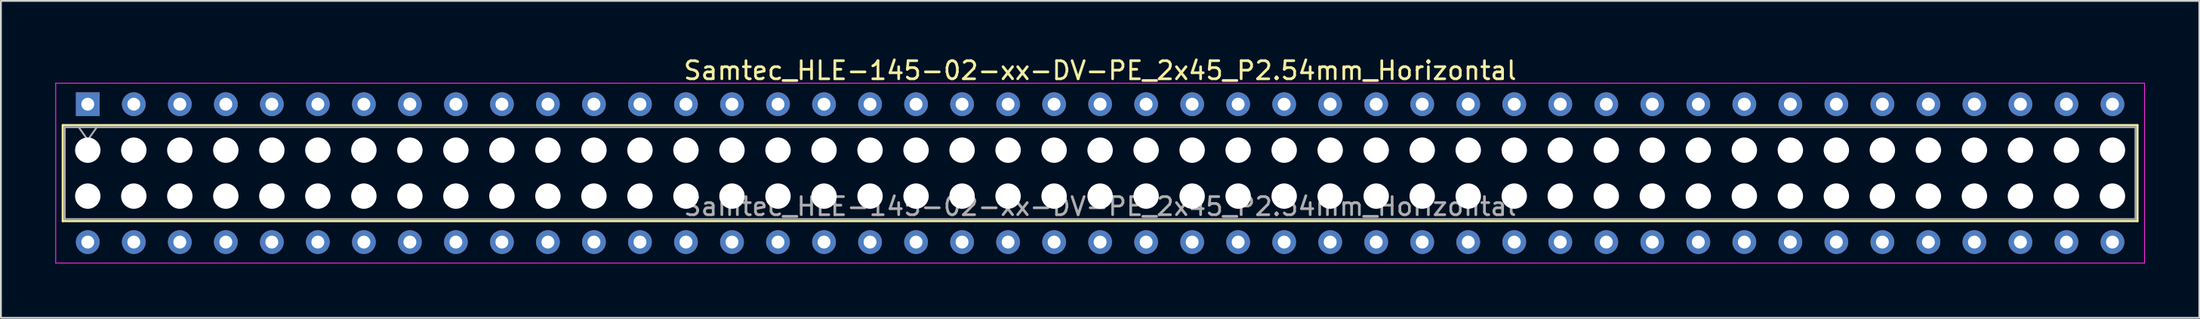
<source format=kicad_pcb>
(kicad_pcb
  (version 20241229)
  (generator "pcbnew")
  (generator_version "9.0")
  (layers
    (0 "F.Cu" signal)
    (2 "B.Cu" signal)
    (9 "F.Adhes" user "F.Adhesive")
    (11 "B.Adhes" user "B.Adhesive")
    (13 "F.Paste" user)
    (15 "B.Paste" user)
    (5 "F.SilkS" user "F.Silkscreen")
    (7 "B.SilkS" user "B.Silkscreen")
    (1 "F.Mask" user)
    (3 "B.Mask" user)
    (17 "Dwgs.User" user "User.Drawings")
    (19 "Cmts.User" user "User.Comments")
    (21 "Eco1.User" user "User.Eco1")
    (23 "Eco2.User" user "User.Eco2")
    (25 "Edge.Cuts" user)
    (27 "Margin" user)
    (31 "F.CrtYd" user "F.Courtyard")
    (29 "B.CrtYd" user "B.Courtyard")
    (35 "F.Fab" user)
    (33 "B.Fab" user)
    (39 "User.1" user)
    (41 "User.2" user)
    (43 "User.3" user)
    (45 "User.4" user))
  (footprint "Samtec_HLE-145-02-xx-DV-PE_2x45_P2.54mm_Horizontal"
    (layer "F.Cu")
    (at 1.795 2.708)
    (property "Reference" "Samtec_HLE-145-02-xx-DV-PE_2x45_P2.54mm_Horizontal" (at 55.88 -1.86 0) (layer "F.SilkS") (effects (font (size 1 1) (thickness 0.15))))
    (attr through_hole)
    (fp_line (start -1.38 1.16) (end 113.14 1.16) (stroke (width 0.12) (type solid)) (layer "F.SilkS"))
    (fp_line (start -1.38 6.46) (end -1.38 1.16) (stroke (width 0.12) (type solid)) (layer "F.SilkS"))
    (fp_line (start 113.14 1.16) (end 113.14 6.46) (stroke (width 0.12) (type solid)) (layer "F.SilkS"))
    (fp_line (start 113.14 6.46) (end -1.38 6.46) (stroke (width 0.12) (type solid)) (layer "F.SilkS"))
    (fp_line (start -1.77 -1.16) (end 113.53 -1.16) (stroke (width 0.05) (type solid)) (layer "F.CrtYd"))
    (fp_line (start -1.77 8.78) (end -1.77 -1.16) (stroke (width 0.05) (type solid)) (layer "F.CrtYd"))
    (fp_line (start 113.53 -1.16) (end 113.53 8.78) (stroke (width 0.05) (type solid)) (layer "F.CrtYd"))
    (fp_line (start 113.53 8.78) (end -1.77 8.78) (stroke (width 0.05) (type solid)) (layer "F.CrtYd"))
    (fp_line (start -1.27 1.27) (end 113.03 1.27) (stroke (width 0.1) (type solid)) (layer "F.Fab"))
    (fp_line (start -1.27 6.35) (end -1.27 1.27) (stroke (width 0.1) (type solid)) (layer "F.Fab"))
    (fp_line (start -0.5 1.27) (end 0 1.977) (stroke (width 0.1) (type solid)) (layer "F.Fab"))
    (fp_line (start 0 1.977) (end 0.5 1.27) (stroke (width 0.1) (type solid)) (layer "F.Fab"))
    (fp_line (start 113.03 1.27) (end 113.03 6.35) (stroke (width 0.1) (type solid)) (layer "F.Fab"))
    (fp_line (start 113.03 6.35) (end -1.27 6.35) (stroke (width 0.1) (type solid)) (layer "F.Fab"))
    (fp_text user "${REFERENCE}" (at 55.88 5.65 0) (layer "F.Fab") (effects (font (size 1 1) (thickness 0.15))))
    (pad "" np_thru_hole circle (at 0 2.54) (size 1.4 1.4) (drill 1.4) (layers "*.Cu" "*.Mask"))
    (pad "" np_thru_hole circle (at 0 5.08) (size 1.4 1.4) (drill 1.4) (layers "*.Cu" "*.Mask"))
    (pad "" np_thru_hole circle (at 2.54 2.54) (size 1.4 1.4) (drill 1.4) (layers "*.Cu" "*.Mask"))
    (pad "" np_thru_hole circle (at 2.54 5.08) (size 1.4 1.4) (drill 1.4) (layers "*.Cu" "*.Mask"))
    (pad "" np_thru_hole circle (at 5.08 2.54) (size 1.4 1.4) (drill 1.4) (layers "*.Cu" "*.Mask"))
    (pad "" np_thru_hole circle (at 5.08 5.08) (size 1.4 1.4) (drill 1.4) (layers "*.Cu" "*.Mask"))
    (pad "" np_thru_hole circle (at 7.62 2.54) (size 1.4 1.4) (drill 1.4) (layers "*.Cu" "*.Mask"))
    (pad "" np_thru_hole circle (at 7.62 5.08) (size 1.4 1.4) (drill 1.4) (layers "*.Cu" "*.Mask"))
    (pad "" np_thru_hole circle (at 10.16 2.54) (size 1.4 1.4) (drill 1.4) (layers "*.Cu" "*.Mask"))
    (pad "" np_thru_hole circle (at 10.16 5.08) (size 1.4 1.4) (drill 1.4) (layers "*.Cu" "*.Mask"))
    (pad "" np_thru_hole circle (at 12.7 2.54) (size 1.4 1.4) (drill 1.4) (layers "*.Cu" "*.Mask"))
    (pad "" np_thru_hole circle (at 12.7 5.08) (size 1.4 1.4) (drill 1.4) (layers "*.Cu" "*.Mask"))
    (pad "" np_thru_hole circle (at 15.24 2.54) (size 1.4 1.4) (drill 1.4) (layers "*.Cu" "*.Mask"))
    (pad "" np_thru_hole circle (at 15.24 5.08) (size 1.4 1.4) (drill 1.4) (layers "*.Cu" "*.Mask"))
    (pad "" np_thru_hole circle (at 17.78 2.54) (size 1.4 1.4) (drill 1.4) (layers "*.Cu" "*.Mask"))
    (pad "" np_thru_hole circle (at 17.78 5.08) (size 1.4 1.4) (drill 1.4) (layers "*.Cu" "*.Mask"))
    (pad "" np_thru_hole circle (at 20.32 2.54) (size 1.4 1.4) (drill 1.4) (layers "*.Cu" "*.Mask"))
    (pad "" np_thru_hole circle (at 20.32 5.08) (size 1.4 1.4) (drill 1.4) (layers "*.Cu" "*.Mask"))
    (pad "" np_thru_hole circle (at 22.86 2.54) (size 1.4 1.4) (drill 1.4) (layers "*.Cu" "*.Mask"))
    (pad "" np_thru_hole circle (at 22.86 5.08) (size 1.4 1.4) (drill 1.4) (layers "*.Cu" "*.Mask"))
    (pad "" np_thru_hole circle (at 25.4 2.54) (size 1.4 1.4) (drill 1.4) (layers "*.Cu" "*.Mask"))
    (pad "" np_thru_hole circle (at 25.4 5.08) (size 1.4 1.4) (drill 1.4) (layers "*.Cu" "*.Mask"))
    (pad "" np_thru_hole circle (at 27.94 2.54) (size 1.4 1.4) (drill 1.4) (layers "*.Cu" "*.Mask"))
    (pad "" np_thru_hole circle (at 27.94 5.08) (size 1.4 1.4) (drill 1.4) (layers "*.Cu" "*.Mask"))
    (pad "" np_thru_hole circle (at 30.48 2.54) (size 1.4 1.4) (drill 1.4) (layers "*.Cu" "*.Mask"))
    (pad "" np_thru_hole circle (at 30.48 5.08) (size 1.4 1.4) (drill 1.4) (layers "*.Cu" "*.Mask"))
    (pad "" np_thru_hole circle (at 33.02 2.54) (size 1.4 1.4) (drill 1.4) (layers "*.Cu" "*.Mask"))
    (pad "" np_thru_hole circle (at 33.02 5.08) (size 1.4 1.4) (drill 1.4) (layers "*.Cu" "*.Mask"))
    (pad "" np_thru_hole circle (at 35.56 2.54) (size 1.4 1.4) (drill 1.4) (layers "*.Cu" "*.Mask"))
    (pad "" np_thru_hole circle (at 35.56 5.08) (size 1.4 1.4) (drill 1.4) (layers "*.Cu" "*.Mask"))
    (pad "" np_thru_hole circle (at 38.1 2.54) (size 1.4 1.4) (drill 1.4) (layers "*.Cu" "*.Mask"))
    (pad "" np_thru_hole circle (at 38.1 5.08) (size 1.4 1.4) (drill 1.4) (layers "*.Cu" "*.Mask"))
    (pad "" np_thru_hole circle (at 40.64 2.54) (size 1.4 1.4) (drill 1.4) (layers "*.Cu" "*.Mask"))
    (pad "" np_thru_hole circle (at 40.64 5.08) (size 1.4 1.4) (drill 1.4) (layers "*.Cu" "*.Mask"))
    (pad "" np_thru_hole circle (at 43.18 2.54) (size 1.4 1.4) (drill 1.4) (layers "*.Cu" "*.Mask"))
    (pad "" np_thru_hole circle (at 43.18 5.08) (size 1.4 1.4) (drill 1.4) (layers "*.Cu" "*.Mask"))
    (pad "" np_thru_hole circle (at 45.72 2.54) (size 1.4 1.4) (drill 1.4) (layers "*.Cu" "*.Mask"))
    (pad "" np_thru_hole circle (at 45.72 5.08) (size 1.4 1.4) (drill 1.4) (layers "*.Cu" "*.Mask"))
    (pad "" np_thru_hole circle (at 48.26 2.54) (size 1.4 1.4) (drill 1.4) (layers "*.Cu" "*.Mask"))
    (pad "" np_thru_hole circle (at 48.26 5.08) (size 1.4 1.4) (drill 1.4) (layers "*.Cu" "*.Mask"))
    (pad "" np_thru_hole circle (at 50.8 2.54) (size 1.4 1.4) (drill 1.4) (layers "*.Cu" "*.Mask"))
    (pad "" np_thru_hole circle (at 50.8 5.08) (size 1.4 1.4) (drill 1.4) (layers "*.Cu" "*.Mask"))
    (pad "" np_thru_hole circle (at 53.34 2.54) (size 1.4 1.4) (drill 1.4) (layers "*.Cu" "*.Mask"))
    (pad "" np_thru_hole circle (at 53.34 5.08) (size 1.4 1.4) (drill 1.4) (layers "*.Cu" "*.Mask"))
    (pad "" np_thru_hole circle (at 55.88 2.54) (size 1.4 1.4) (drill 1.4) (layers "*.Cu" "*.Mask"))
    (pad "" np_thru_hole circle (at 55.88 5.08) (size 1.4 1.4) (drill 1.4) (layers "*.Cu" "*.Mask"))
    (pad "" np_thru_hole circle (at 58.42 2.54) (size 1.4 1.4) (drill 1.4) (layers "*.Cu" "*.Mask"))
    (pad "" np_thru_hole circle (at 58.42 5.08) (size 1.4 1.4) (drill 1.4) (layers "*.Cu" "*.Mask"))
    (pad "" np_thru_hole circle (at 60.96 2.54) (size 1.4 1.4) (drill 1.4) (layers "*.Cu" "*.Mask"))
    (pad "" np_thru_hole circle (at 60.96 5.08) (size 1.4 1.4) (drill 1.4) (layers "*.Cu" "*.Mask"))
    (pad "" np_thru_hole circle (at 63.5 2.54) (size 1.4 1.4) (drill 1.4) (layers "*.Cu" "*.Mask"))
    (pad "" np_thru_hole circle (at 63.5 5.08) (size 1.4 1.4) (drill 1.4) (layers "*.Cu" "*.Mask"))
    (pad "" np_thru_hole circle (at 66.04 2.54) (size 1.4 1.4) (drill 1.4) (layers "*.Cu" "*.Mask"))
    (pad "" np_thru_hole circle (at 66.04 5.08) (size 1.4 1.4) (drill 1.4) (layers "*.Cu" "*.Mask"))
    (pad "" np_thru_hole circle (at 68.58 2.54) (size 1.4 1.4) (drill 1.4) (layers "*.Cu" "*.Mask"))
    (pad "" np_thru_hole circle (at 68.58 5.08) (size 1.4 1.4) (drill 1.4) (layers "*.Cu" "*.Mask"))
    (pad "" np_thru_hole circle (at 71.12 2.54) (size 1.4 1.4) (drill 1.4) (layers "*.Cu" "*.Mask"))
    (pad "" np_thru_hole circle (at 71.12 5.08) (size 1.4 1.4) (drill 1.4) (layers "*.Cu" "*.Mask"))
    (pad "" np_thru_hole circle (at 73.66 2.54) (size 1.4 1.4) (drill 1.4) (layers "*.Cu" "*.Mask"))
    (pad "" np_thru_hole circle (at 73.66 5.08) (size 1.4 1.4) (drill 1.4) (layers "*.Cu" "*.Mask"))
    (pad "" np_thru_hole circle (at 76.2 2.54) (size 1.4 1.4) (drill 1.4) (layers "*.Cu" "*.Mask"))
    (pad "" np_thru_hole circle (at 76.2 5.08) (size 1.4 1.4) (drill 1.4) (layers "*.Cu" "*.Mask"))
    (pad "" np_thru_hole circle (at 78.74 2.54) (size 1.4 1.4) (drill 1.4) (layers "*.Cu" "*.Mask"))
    (pad "" np_thru_hole circle (at 78.74 5.08) (size 1.4 1.4) (drill 1.4) (layers "*.Cu" "*.Mask"))
    (pad "" np_thru_hole circle (at 81.28 2.54) (size 1.4 1.4) (drill 1.4) (layers "*.Cu" "*.Mask"))
    (pad "" np_thru_hole circle (at 81.28 5.08) (size 1.4 1.4) (drill 1.4) (layers "*.Cu" "*.Mask"))
    (pad "" np_thru_hole circle (at 83.82 2.54) (size 1.4 1.4) (drill 1.4) (layers "*.Cu" "*.Mask"))
    (pad "" np_thru_hole circle (at 83.82 5.08) (size 1.4 1.4) (drill 1.4) (layers "*.Cu" "*.Mask"))
    (pad "" np_thru_hole circle (at 86.36 2.54) (size 1.4 1.4) (drill 1.4) (layers "*.Cu" "*.Mask"))
    (pad "" np_thru_hole circle (at 86.36 5.08) (size 1.4 1.4) (drill 1.4) (layers "*.Cu" "*.Mask"))
    (pad "" np_thru_hole circle (at 88.9 2.54) (size 1.4 1.4) (drill 1.4) (layers "*.Cu" "*.Mask"))
    (pad "" np_thru_hole circle (at 88.9 5.08) (size 1.4 1.4) (drill 1.4) (layers "*.Cu" "*.Mask"))
    (pad "" np_thru_hole circle (at 91.44 2.54) (size 1.4 1.4) (drill 1.4) (layers "*.Cu" "*.Mask"))
    (pad "" np_thru_hole circle (at 91.44 5.08) (size 1.4 1.4) (drill 1.4) (layers "*.Cu" "*.Mask"))
    (pad "" np_thru_hole circle (at 93.98 2.54) (size 1.4 1.4) (drill 1.4) (layers "*.Cu" "*.Mask"))
    (pad "" np_thru_hole circle (at 93.98 5.08) (size 1.4 1.4) (drill 1.4) (layers "*.Cu" "*.Mask"))
    (pad "" np_thru_hole circle (at 96.52 2.54) (size 1.4 1.4) (drill 1.4) (layers "*.Cu" "*.Mask"))
    (pad "" np_thru_hole circle (at 96.52 5.08) (size 1.4 1.4) (drill 1.4) (layers "*.Cu" "*.Mask"))
    (pad "" np_thru_hole circle (at 99.06 2.54) (size 1.4 1.4) (drill 1.4) (layers "*.Cu" "*.Mask"))
    (pad "" np_thru_hole circle (at 99.06 5.08) (size 1.4 1.4) (drill 1.4) (layers "*.Cu" "*.Mask"))
    (pad "" np_thru_hole circle (at 101.6 2.54) (size 1.4 1.4) (drill 1.4) (layers "*.Cu" "*.Mask"))
    (pad "" np_thru_hole circle (at 101.6 5.08) (size 1.4 1.4) (drill 1.4) (layers "*.Cu" "*.Mask"))
    (pad "" np_thru_hole circle (at 104.14 2.54) (size 1.4 1.4) (drill 1.4) (layers "*.Cu" "*.Mask"))
    (pad "" np_thru_hole circle (at 104.14 5.08) (size 1.4 1.4) (drill 1.4) (layers "*.Cu" "*.Mask"))
    (pad "" np_thru_hole circle (at 106.68 2.54) (size 1.4 1.4) (drill 1.4) (layers "*.Cu" "*.Mask"))
    (pad "" np_thru_hole circle (at 106.68 5.08) (size 1.4 1.4) (drill 1.4) (layers "*.Cu" "*.Mask"))
    (pad "" np_thru_hole circle (at 109.22 2.54) (size 1.4 1.4) (drill 1.4) (layers "*.Cu" "*.Mask"))
    (pad "" np_thru_hole circle (at 109.22 5.08) (size 1.4 1.4) (drill 1.4) (layers "*.Cu" "*.Mask"))
    (pad "" np_thru_hole circle (at 111.76 2.54) (size 1.4 1.4) (drill 1.4) (layers "*.Cu" "*.Mask"))
    (pad "" np_thru_hole circle (at 111.76 5.08) (size 1.4 1.4) (drill 1.4) (layers "*.Cu" "*.Mask"))
    (pad "1" thru_hole rect (at 0 0) (size 1.31 1.31) (drill 0.71) (layers "*.Cu" "*.Mask"))
    (pad "2" thru_hole circle (at 0 7.62) (size 1.31 1.31) (drill 0.71) (layers "*.Cu" "*.Mask"))
    (pad "3" thru_hole circle (at 2.54 0) (size 1.31 1.31) (drill 0.71) (layers "*.Cu" "*.Mask"))
    (pad "4" thru_hole circle (at 2.54 7.62) (size 1.31 1.31) (drill 0.71) (layers "*.Cu" "*.Mask"))
    (pad "5" thru_hole circle (at 5.08 0) (size 1.31 1.31) (drill 0.71) (layers "*.Cu" "*.Mask"))
    (pad "6" thru_hole circle (at 5.08 7.62) (size 1.31 1.31) (drill 0.71) (layers "*.Cu" "*.Mask"))
    (pad "7" thru_hole circle (at 7.62 0) (size 1.31 1.31) (drill 0.71) (layers "*.Cu" "*.Mask"))
    (pad "8" thru_hole circle (at 7.62 7.62) (size 1.31 1.31) (drill 0.71) (layers "*.Cu" "*.Mask"))
    (pad "9" thru_hole circle (at 10.16 0) (size 1.31 1.31) (drill 0.71) (layers "*.Cu" "*.Mask"))
    (pad "10" thru_hole circle (at 10.16 7.62) (size 1.31 1.31) (drill 0.71) (layers "*.Cu" "*.Mask"))
    (pad "11" thru_hole circle (at 12.7 0) (size 1.31 1.31) (drill 0.71) (layers "*.Cu" "*.Mask"))
    (pad "12" thru_hole circle (at 12.7 7.62) (size 1.31 1.31) (drill 0.71) (layers "*.Cu" "*.Mask"))
    (pad "13" thru_hole circle (at 15.24 0) (size 1.31 1.31) (drill 0.71) (layers "*.Cu" "*.Mask"))
    (pad "14" thru_hole circle (at 15.24 7.62) (size 1.31 1.31) (drill 0.71) (layers "*.Cu" "*.Mask"))
    (pad "15" thru_hole circle (at 17.78 0) (size 1.31 1.31) (drill 0.71) (layers "*.Cu" "*.Mask"))
    (pad "16" thru_hole circle (at 17.78 7.62) (size 1.31 1.31) (drill 0.71) (layers "*.Cu" "*.Mask"))
    (pad "17" thru_hole circle (at 20.32 0) (size 1.31 1.31) (drill 0.71) (layers "*.Cu" "*.Mask"))
    (pad "18" thru_hole circle (at 20.32 7.62) (size 1.31 1.31) (drill 0.71) (layers "*.Cu" "*.Mask"))
    (pad "19" thru_hole circle (at 22.86 0) (size 1.31 1.31) (drill 0.71) (layers "*.Cu" "*.Mask"))
    (pad "20" thru_hole circle (at 22.86 7.62) (size 1.31 1.31) (drill 0.71) (layers "*.Cu" "*.Mask"))
    (pad "21" thru_hole circle (at 25.4 0) (size 1.31 1.31) (drill 0.71) (layers "*.Cu" "*.Mask"))
    (pad "22" thru_hole circle (at 25.4 7.62) (size 1.31 1.31) (drill 0.71) (layers "*.Cu" "*.Mask"))
    (pad "23" thru_hole circle (at 27.94 0) (size 1.31 1.31) (drill 0.71) (layers "*.Cu" "*.Mask"))
    (pad "24" thru_hole circle (at 27.94 7.62) (size 1.31 1.31) (drill 0.71) (layers "*.Cu" "*.Mask"))
    (pad "25" thru_hole circle (at 30.48 0) (size 1.31 1.31) (drill 0.71) (layers "*.Cu" "*.Mask"))
    (pad "26" thru_hole circle (at 30.48 7.62) (size 1.31 1.31) (drill 0.71) (layers "*.Cu" "*.Mask"))
    (pad "27" thru_hole circle (at 33.02 0) (size 1.31 1.31) (drill 0.71) (layers "*.Cu" "*.Mask"))
    (pad "28" thru_hole circle (at 33.02 7.62) (size 1.31 1.31) (drill 0.71) (layers "*.Cu" "*.Mask"))
    (pad "29" thru_hole circle (at 35.56 0) (size 1.31 1.31) (drill 0.71) (layers "*.Cu" "*.Mask"))
    (pad "30" thru_hole circle (at 35.56 7.62) (size 1.31 1.31) (drill 0.71) (layers "*.Cu" "*.Mask"))
    (pad "31" thru_hole circle (at 38.1 0) (size 1.31 1.31) (drill 0.71) (layers "*.Cu" "*.Mask"))
    (pad "32" thru_hole circle (at 38.1 7.62) (size 1.31 1.31) (drill 0.71) (layers "*.Cu" "*.Mask"))
    (pad "33" thru_hole circle (at 40.64 0) (size 1.31 1.31) (drill 0.71) (layers "*.Cu" "*.Mask"))
    (pad "34" thru_hole circle (at 40.64 7.62) (size 1.31 1.31) (drill 0.71) (layers "*.Cu" "*.Mask"))
    (pad "35" thru_hole circle (at 43.18 0) (size 1.31 1.31) (drill 0.71) (layers "*.Cu" "*.Mask"))
    (pad "36" thru_hole circle (at 43.18 7.62) (size 1.31 1.31) (drill 0.71) (layers "*.Cu" "*.Mask"))
    (pad "37" thru_hole circle (at 45.72 0) (size 1.31 1.31) (drill 0.71) (layers "*.Cu" "*.Mask"))
    (pad "38" thru_hole circle (at 45.72 7.62) (size 1.31 1.31) (drill 0.71) (layers "*.Cu" "*.Mask"))
    (pad "39" thru_hole circle (at 48.26 0) (size 1.31 1.31) (drill 0.71) (layers "*.Cu" "*.Mask"))
    (pad "40" thru_hole circle (at 48.26 7.62) (size 1.31 1.31) (drill 0.71) (layers "*.Cu" "*.Mask"))
    (pad "41" thru_hole circle (at 50.8 0) (size 1.31 1.31) (drill 0.71) (layers "*.Cu" "*.Mask"))
    (pad "42" thru_hole circle (at 50.8 7.62) (size 1.31 1.31) (drill 0.71) (layers "*.Cu" "*.Mask"))
    (pad "43" thru_hole circle (at 53.34 0) (size 1.31 1.31) (drill 0.71) (layers "*.Cu" "*.Mask"))
    (pad "44" thru_hole circle (at 53.34 7.62) (size 1.31 1.31) (drill 0.71) (layers "*.Cu" "*.Mask"))
    (pad "45" thru_hole circle (at 55.88 0) (size 1.31 1.31) (drill 0.71) (layers "*.Cu" "*.Mask"))
    (pad "46" thru_hole circle (at 55.88 7.62) (size 1.31 1.31) (drill 0.71) (layers "*.Cu" "*.Mask"))
    (pad "47" thru_hole circle (at 58.42 0) (size 1.31 1.31) (drill 0.71) (layers "*.Cu" "*.Mask"))
    (pad "48" thru_hole circle (at 58.42 7.62) (size 1.31 1.31) (drill 0.71) (layers "*.Cu" "*.Mask"))
    (pad "49" thru_hole circle (at 60.96 0) (size 1.31 1.31) (drill 0.71) (layers "*.Cu" "*.Mask"))
    (pad "50" thru_hole circle (at 60.96 7.62) (size 1.31 1.31) (drill 0.71) (layers "*.Cu" "*.Mask"))
    (pad "51" thru_hole circle (at 63.5 0) (size 1.31 1.31) (drill 0.71) (layers "*.Cu" "*.Mask"))
    (pad "52" thru_hole circle (at 63.5 7.62) (size 1.31 1.31) (drill 0.71) (layers "*.Cu" "*.Mask"))
    (pad "53" thru_hole circle (at 66.04 0) (size 1.31 1.31) (drill 0.71) (layers "*.Cu" "*.Mask"))
    (pad "54" thru_hole circle (at 66.04 7.62) (size 1.31 1.31) (drill 0.71) (layers "*.Cu" "*.Mask"))
    (pad "55" thru_hole circle (at 68.58 0) (size 1.31 1.31) (drill 0.71) (layers "*.Cu" "*.Mask"))
    (pad "56" thru_hole circle (at 68.58 7.62) (size 1.31 1.31) (drill 0.71) (layers "*.Cu" "*.Mask"))
    (pad "57" thru_hole circle (at 71.12 0) (size 1.31 1.31) (drill 0.71) (layers "*.Cu" "*.Mask"))
    (pad "58" thru_hole circle (at 71.12 7.62) (size 1.31 1.31) (drill 0.71) (layers "*.Cu" "*.Mask"))
    (pad "59" thru_hole circle (at 73.66 0) (size 1.31 1.31) (drill 0.71) (layers "*.Cu" "*.Mask"))
    (pad "60" thru_hole circle (at 73.66 7.62) (size 1.31 1.31) (drill 0.71) (layers "*.Cu" "*.Mask"))
    (pad "61" thru_hole circle (at 76.2 0) (size 1.31 1.31) (drill 0.71) (layers "*.Cu" "*.Mask"))
    (pad "62" thru_hole circle (at 76.2 7.62) (size 1.31 1.31) (drill 0.71) (layers "*.Cu" "*.Mask"))
    (pad "63" thru_hole circle (at 78.74 0) (size 1.31 1.31) (drill 0.71) (layers "*.Cu" "*.Mask"))
    (pad "64" thru_hole circle (at 78.74 7.62) (size 1.31 1.31) (drill 0.71) (layers "*.Cu" "*.Mask"))
    (pad "65" thru_hole circle (at 81.28 0) (size 1.31 1.31) (drill 0.71) (layers "*.Cu" "*.Mask"))
    (pad "66" thru_hole circle (at 81.28 7.62) (size 1.31 1.31) (drill 0.71) (layers "*.Cu" "*.Mask"))
    (pad "67" thru_hole circle (at 83.82 0) (size 1.31 1.31) (drill 0.71) (layers "*.Cu" "*.Mask"))
    (pad "68" thru_hole circle (at 83.82 7.62) (size 1.31 1.31) (drill 0.71) (layers "*.Cu" "*.Mask"))
    (pad "69" thru_hole circle (at 86.36 0) (size 1.31 1.31) (drill 0.71) (layers "*.Cu" "*.Mask"))
    (pad "70" thru_hole circle (at 86.36 7.62) (size 1.31 1.31) (drill 0.71) (layers "*.Cu" "*.Mask"))
    (pad "71" thru_hole circle (at 88.9 0) (size 1.31 1.31) (drill 0.71) (layers "*.Cu" "*.Mask"))
    (pad "72" thru_hole circle (at 88.9 7.62) (size 1.31 1.31) (drill 0.71) (layers "*.Cu" "*.Mask"))
    (pad "73" thru_hole circle (at 91.44 0) (size 1.31 1.31) (drill 0.71) (layers "*.Cu" "*.Mask"))
    (pad "74" thru_hole circle (at 91.44 7.62) (size 1.31 1.31) (drill 0.71) (layers "*.Cu" "*.Mask"))
    (pad "75" thru_hole circle (at 93.98 0) (size 1.31 1.31) (drill 0.71) (layers "*.Cu" "*.Mask"))
    (pad "76" thru_hole circle (at 93.98 7.62) (size 1.31 1.31) (drill 0.71) (layers "*.Cu" "*.Mask"))
    (pad "77" thru_hole circle (at 96.52 0) (size 1.31 1.31) (drill 0.71) (layers "*.Cu" "*.Mask"))
    (pad "78" thru_hole circle (at 96.52 7.62) (size 1.31 1.31) (drill 0.71) (layers "*.Cu" "*.Mask"))
    (pad "79" thru_hole circle (at 99.06 0) (size 1.31 1.31) (drill 0.71) (layers "*.Cu" "*.Mask"))
    (pad "80" thru_hole circle (at 99.06 7.62) (size 1.31 1.31) (drill 0.71) (layers "*.Cu" "*.Mask"))
    (pad "81" thru_hole circle (at 101.6 0) (size 1.31 1.31) (drill 0.71) (layers "*.Cu" "*.Mask"))
    (pad "82" thru_hole circle (at 101.6 7.62) (size 1.31 1.31) (drill 0.71) (layers "*.Cu" "*.Mask"))
    (pad "83" thru_hole circle (at 104.14 0) (size 1.31 1.31) (drill 0.71) (layers "*.Cu" "*.Mask"))
    (pad "84" thru_hole circle (at 104.14 7.62) (size 1.31 1.31) (drill 0.71) (layers "*.Cu" "*.Mask"))
    (pad "85" thru_hole circle (at 106.68 0) (size 1.31 1.31) (drill 0.71) (layers "*.Cu" "*.Mask"))
    (pad "86" thru_hole circle (at 106.68 7.62) (size 1.31 1.31) (drill 0.71) (layers "*.Cu" "*.Mask"))
    (pad "87" thru_hole circle (at 109.22 0) (size 1.31 1.31) (drill 0.71) (layers "*.Cu" "*.Mask"))
    (pad "88" thru_hole circle (at 109.22 7.62) (size 1.31 1.31) (drill 0.71) (layers "*.Cu" "*.Mask"))
    (pad "89" thru_hole circle (at 111.76 0) (size 1.31 1.31) (drill 0.71) (layers "*.Cu" "*.Mask"))
    (pad "90" thru_hole circle (at 111.76 7.62) (size 1.31 1.31) (drill 0.71) (layers "*.Cu" "*.Mask")))
  (gr_rect
    (start -3 -3)
    (end 118.35 14.513)
    (stroke (width 0.1) (type default))
    (fill no)
    (layer "Edge.Cuts")))
</source>
